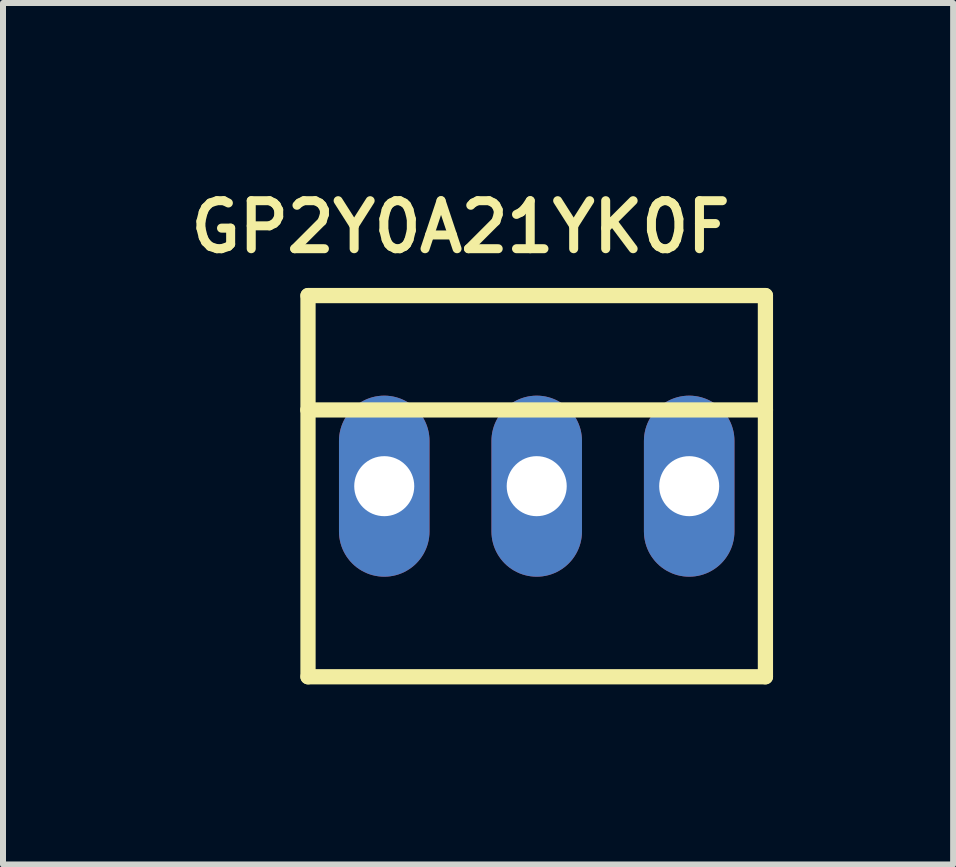
<source format=kicad_pcb>
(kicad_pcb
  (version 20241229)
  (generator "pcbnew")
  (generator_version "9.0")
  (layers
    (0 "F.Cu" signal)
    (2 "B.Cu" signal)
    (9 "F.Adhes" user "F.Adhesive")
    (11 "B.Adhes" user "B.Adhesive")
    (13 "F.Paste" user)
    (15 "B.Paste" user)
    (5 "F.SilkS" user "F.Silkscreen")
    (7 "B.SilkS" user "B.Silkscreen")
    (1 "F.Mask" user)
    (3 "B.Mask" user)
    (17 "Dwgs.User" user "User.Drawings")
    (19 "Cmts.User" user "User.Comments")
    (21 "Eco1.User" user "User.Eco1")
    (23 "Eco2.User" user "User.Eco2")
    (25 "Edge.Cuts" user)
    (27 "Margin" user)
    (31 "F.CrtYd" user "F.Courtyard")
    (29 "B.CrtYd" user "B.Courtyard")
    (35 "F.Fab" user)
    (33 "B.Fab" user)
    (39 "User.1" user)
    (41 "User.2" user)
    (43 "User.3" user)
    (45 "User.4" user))
  (footprint "GP2Y0A21YK0F"
    (layer "F.Cu")
    (at 5.891 5.049)
    (property "Reference" "GP2Y0A21YK0F" (at -1.27 -4.318 0) (layer "F.SilkS") (effects (font (size 0.8 0.8) (thickness 0.15))))
    (attr through_hole)
    (fp_line (start -3.81 -3.175) (end 3.81 -3.175) (stroke (width 0.254) (type solid)) (layer "F.SilkS"))
    (fp_line (start -3.81 -1.27) (end -3.81 -3.175) (stroke (width 0.254) (type solid)) (layer "F.SilkS"))
    (fp_line (start -3.81 -1.27) (end 3.81 -1.27) (stroke (width 0.254) (type solid)) (layer "F.SilkS"))
    (fp_line (start -3.81 3.175) (end -3.81 -1.27) (stroke (width 0.254) (type solid)) (layer "F.SilkS"))
    (fp_line (start 3.81 -3.175) (end 3.81 -1.27) (stroke (width 0.254) (type solid)) (layer "F.SilkS"))
    (fp_line (start 3.81 -1.27) (end 3.81 3.175) (stroke (width 0.254) (type solid)) (layer "F.SilkS"))
    (fp_line (start 3.81 3.175) (end -3.81 3.175) (stroke (width 0.254) (type solid)) (layer "F.SilkS"))
    (pad "1" thru_hole oval (at -2.54 0) (size 1.508 3.016) (drill 1) (layers "*.Cu" "*.Mask"))
    (pad "2" thru_hole oval (at 0 0) (size 1.508 3.016) (drill 1) (layers "*.Cu" "*.Mask"))
    (pad "3" thru_hole oval (at 2.54 0) (size 1.508 3.016) (drill 1) (layers "*.Cu" "*.Mask")))
  (gr_rect
    (start -3 -3)
    (end 12.828 11.351)
    (stroke (width 0.1) (type default))
    (fill no)
    (layer "Edge.Cuts")))
</source>
